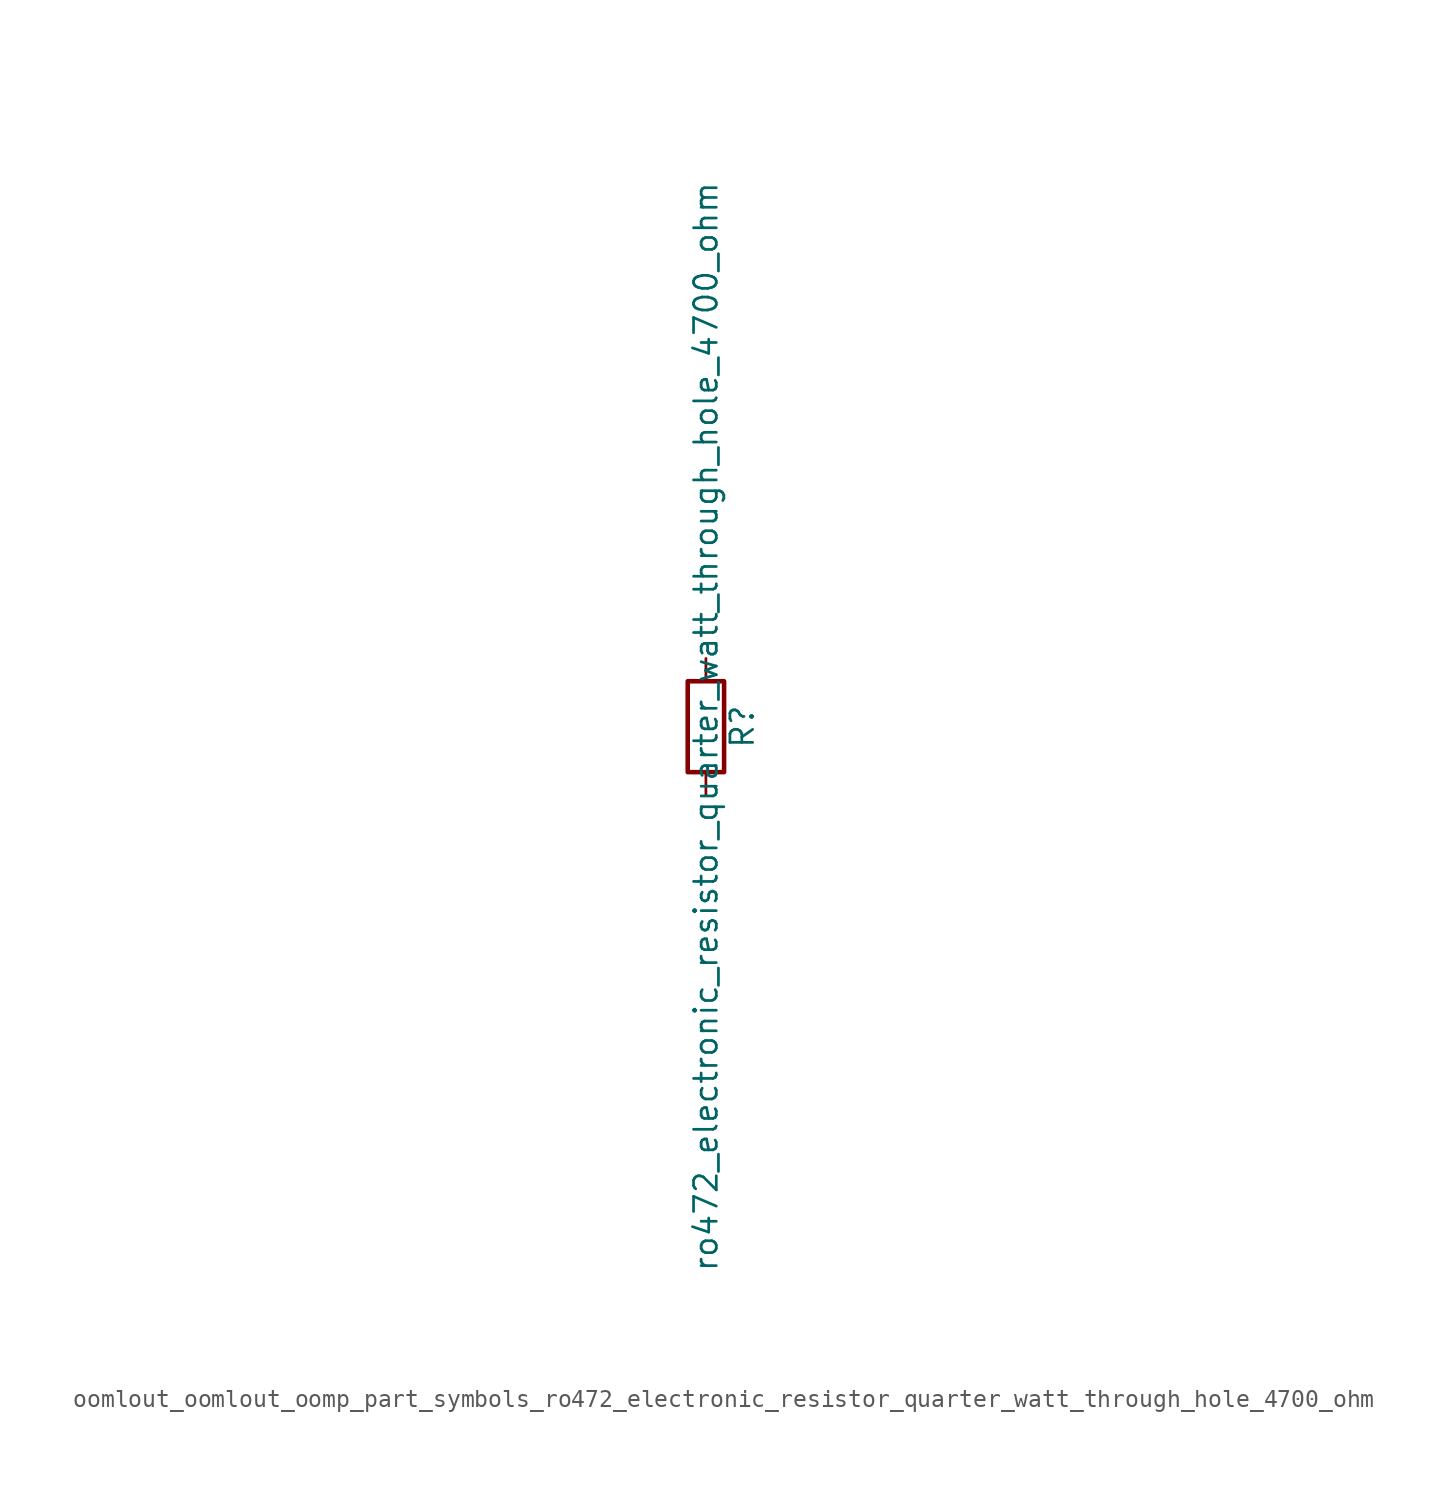
<source format=kicad_sym>
(kicad_symbol_lib
  (version 20220914)
  (generator kicad_symbol_editor)
  (symbol "oomlout_oomlout_oomp_part_symbols_ro472_electronic_resistor_quarter_watt_through_hole_4700_ohm"
    (pin_numbers hide)
    (pin_names
      (offset 0))
    (property "Reference" "R"
      (at 2.032 0 90)
      (effects (font (size 1.27 1.27))))
    (property "Value" "ro472_electronic_resistor_quarter_watt_through_hole_4700_ohm"
      (at 0 0 90)
      (effects (font (size 1.27 1.27))))
    (symbol "oomlout_oomlout_oomp_part_symbols_ro472_electronic_resistor_quarter_watt_through_hole_4700_ohm_0_1"
      (rectangle (start -1.016 -2.54) (end 1.016 2.54) (stroke (width 0.254) (type default)) (fill (type none))))
    (symbol "oomlout_oomlout_oomp_part_symbols_ro472_electronic_resistor_quarter_watt_through_hole_4700_ohm_1_1"
      (pin passive line (at 0 3.81 270) (length 1.27) (name "~" (effects (font (size 1.27 1.27)))) (number "1" (effects (font (size 1.27 1.27)))))
      (pin passive line (at 0 -3.81 90) (length 1.27) (name "~" (effects (font (size 1.27 1.27)))) (number "2" (effects (font (size 1.27 1.27))))))))
</source>
